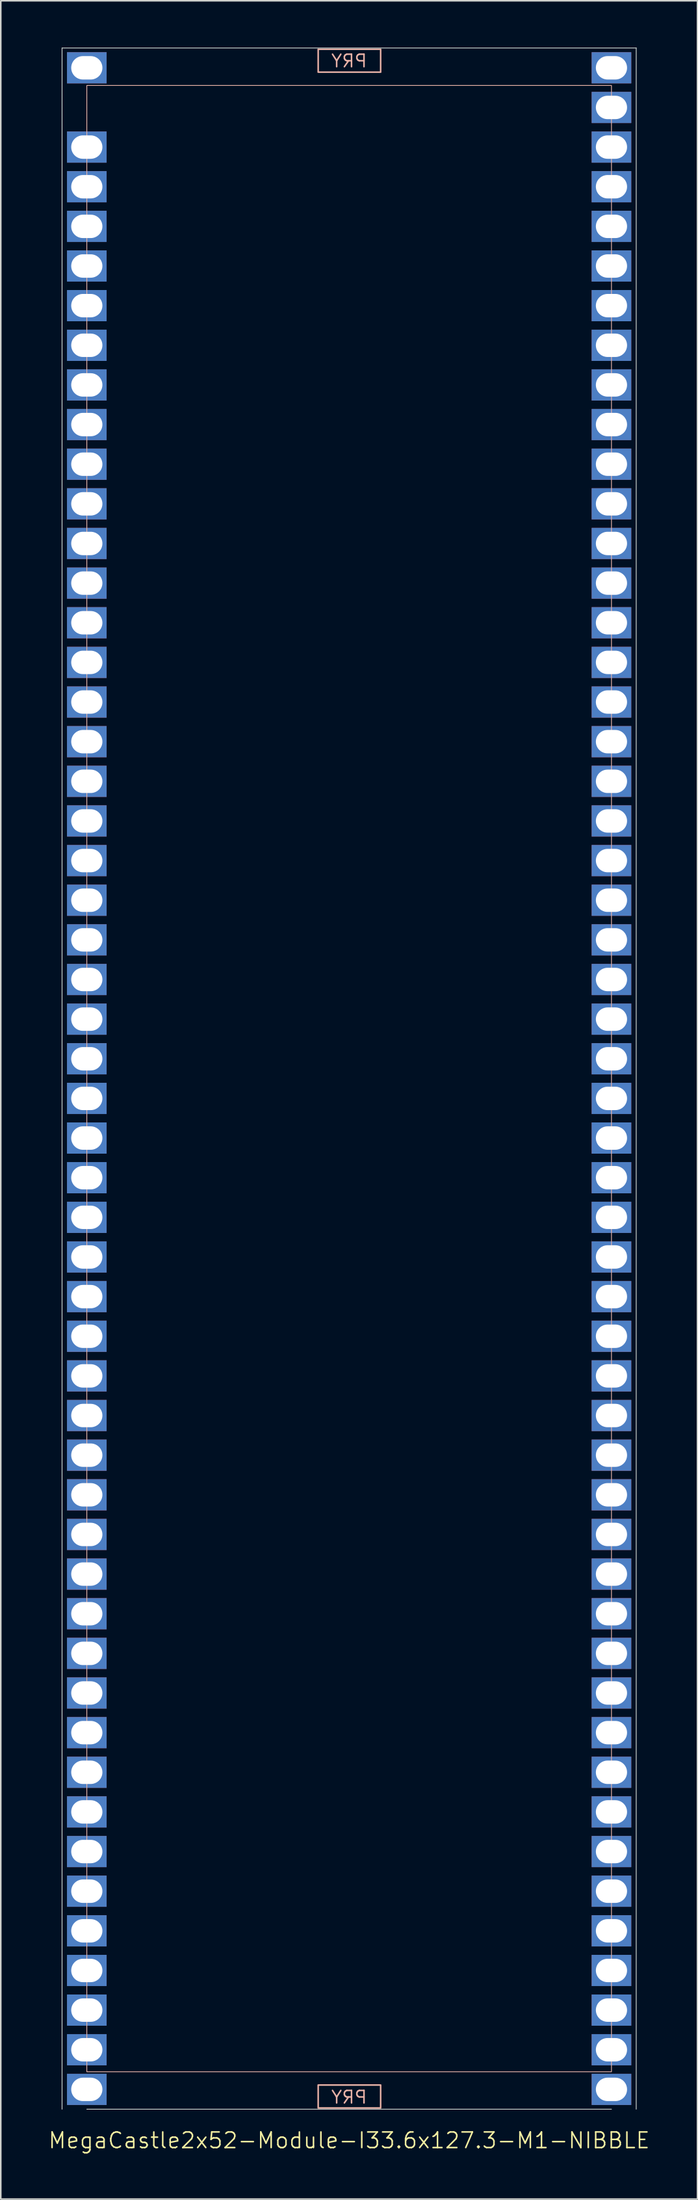
<source format=kicad_pcb>
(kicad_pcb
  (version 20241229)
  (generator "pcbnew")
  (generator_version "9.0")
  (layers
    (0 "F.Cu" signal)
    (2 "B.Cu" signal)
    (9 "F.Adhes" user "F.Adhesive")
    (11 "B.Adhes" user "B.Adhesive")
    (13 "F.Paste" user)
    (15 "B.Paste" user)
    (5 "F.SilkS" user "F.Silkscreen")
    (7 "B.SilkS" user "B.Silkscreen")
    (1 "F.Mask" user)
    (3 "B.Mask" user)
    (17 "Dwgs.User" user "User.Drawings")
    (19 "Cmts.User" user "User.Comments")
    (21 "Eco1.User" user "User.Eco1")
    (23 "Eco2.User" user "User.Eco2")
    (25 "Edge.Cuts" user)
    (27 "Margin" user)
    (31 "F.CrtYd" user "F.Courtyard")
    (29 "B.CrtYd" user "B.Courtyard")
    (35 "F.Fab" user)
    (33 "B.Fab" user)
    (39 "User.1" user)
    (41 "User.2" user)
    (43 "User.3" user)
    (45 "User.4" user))
  (footprint "MegaCastle2x52-Module-I33.6x127.3-M1-NIBBLE"
    (layer "F.Cu")
    (at 19.336 66.065)
    (property "Reference" "MegaCastle2x52-Module-I33.6x127.3-M1-NIBBLE" (at 0 68.04 0) (unlocked yes) (layer "F.SilkS") (effects (font (size 1 1) (thickness 0.1))))
    (attr smd)
    (fp_rect (start -16.82 63.64) (end 16.82 -63.64) (stroke (width 0.05) (type default)) (fill no) (layer "B.SilkS"))
    (fp_rect (start -1.984 -64.491) (end 2.02 -65.96) (stroke (width 0.1) (type default)) (fill no) (layer "B.SilkS"))
    (fp_rect (start -1.984 64.491) (end 2.02 65.96) (stroke (width 0.1) (type default)) (fill no) (layer "B.SilkS"))
    (fp_line (start -18.407 -66.04) (end -18.407 66.04) (stroke (width 0.05) (type default)) (layer "Edge.Cuts"))
    (fp_line (start -18.407 -66.04) (end 18.407 -66.04) (stroke (width 0.05) (type default)) (layer "Edge.Cuts"))
    (fp_line (start -16.82 66.04) (end 16.82 66.04) (stroke (width 0.05) (type default)) (layer "Edge.Cuts"))
    (fp_line (start 18.407 -66.04) (end 18.407 66.04) (stroke (width 0.05) (type default)) (layer "Edge.Cuts"))
    (fp_text user "PRY" (at 0 65.74 0) (unlocked yes) (layer "B.SilkS") (effects (font (size 0.8 0.8) (thickness 0.1)) (justify bottom mirror)))
    (fp_text user "PRY" (at 0 -64.74 0) (unlocked yes) (layer "B.SilkS") (effects (font (size 0.8 0.8) (thickness 0.1)) (justify bottom mirror)))
    (pad "1" thru_hole rect (at -16.82 -64.77) (size 2.54 2) (drill oval 2 1.5) (property pad_prop_castellated) (layers "*.Cu" "*.Mask"))
    (pad "3" thru_hole rect (at -16.82 -59.69) (size 2.54 2) (drill oval 2 1.5) (property pad_prop_castellated) (layers "*.Cu" "*.Mask"))
    (pad "4" thru_hole rect (at -16.82 -57.15) (size 2.54 2) (drill oval 2 1.5) (property pad_prop_castellated) (layers "*.Cu" "*.Mask"))
    (pad "5" thru_hole rect (at -16.82 -54.61) (size 2.54 2) (drill oval 2 1.5) (property pad_prop_castellated) (layers "*.Cu" "*.Mask"))
    (pad "6" thru_hole rect (at -16.82 -52.07) (size 2.54 2) (drill oval 2 1.5) (property pad_prop_castellated) (layers "*.Cu" "*.Mask"))
    (pad "7" thru_hole rect (at -16.82 -49.53) (size 2.54 2) (drill oval 2 1.5) (property pad_prop_castellated) (layers "*.Cu" "*.Mask"))
    (pad "8" thru_hole rect (at -16.82 -46.99) (size 2.54 2) (drill oval 2 1.5) (property pad_prop_castellated) (layers "*.Cu" "*.Mask"))
    (pad "9" thru_hole rect (at -16.82 -44.45) (size 2.54 2) (drill oval 2 1.5) (property pad_prop_castellated) (layers "*.Cu" "*.Mask"))
    (pad "10" thru_hole rect (at -16.82 -41.91) (size 2.54 2) (drill oval 2 1.5) (property pad_prop_castellated) (layers "*.Cu" "*.Mask"))
    (pad "11" thru_hole rect (at -16.82 -39.37) (size 2.54 2) (drill oval 2 1.5) (property pad_prop_castellated) (layers "*.Cu" "*.Mask"))
    (pad "12" thru_hole rect (at -16.82 -36.83) (size 2.54 2) (drill oval 2 1.5) (property pad_prop_castellated) (layers "*.Cu" "*.Mask"))
    (pad "13" thru_hole rect (at -16.82 -34.29) (size 2.54 2) (drill oval 2 1.5) (property pad_prop_castellated) (layers "*.Cu" "*.Mask"))
    (pad "14" thru_hole rect (at -16.82 -31.75) (size 2.54 2) (drill oval 2 1.5) (property pad_prop_castellated) (layers "*.Cu" "*.Mask"))
    (pad "15" thru_hole rect (at -16.82 -29.21) (size 2.54 2) (drill oval 2 1.5) (property pad_prop_castellated) (layers "*.Cu" "*.Mask"))
    (pad "16" thru_hole rect (at -16.82 -26.67) (size 2.54 2) (drill oval 2 1.5) (property pad_prop_castellated) (layers "*.Cu" "*.Mask"))
    (pad "17" thru_hole rect (at -16.82 -24.13) (size 2.54 2) (drill oval 2 1.5) (property pad_prop_castellated) (layers "*.Cu" "*.Mask"))
    (pad "18" thru_hole rect (at -16.82 -21.59) (size 2.54 2) (drill oval 2 1.5) (property pad_prop_castellated) (layers "*.Cu" "*.Mask"))
    (pad "19" thru_hole rect (at -16.82 -19.05) (size 2.54 2) (drill oval 2 1.5) (property pad_prop_castellated) (layers "*.Cu" "*.Mask"))
    (pad "20" thru_hole rect (at -16.82 -16.51) (size 2.54 2) (drill oval 2 1.5) (property pad_prop_castellated) (layers "*.Cu" "*.Mask"))
    (pad "21" thru_hole rect (at -16.82 -13.97) (size 2.54 2) (drill oval 2 1.5) (property pad_prop_castellated) (layers "*.Cu" "*.Mask"))
    (pad "22" thru_hole rect (at -16.82 -11.43) (size 2.54 2) (drill oval 2 1.5) (property pad_prop_castellated) (layers "*.Cu" "*.Mask"))
    (pad "23" thru_hole rect (at -16.82 -8.89) (size 2.54 2) (drill oval 2 1.5) (property pad_prop_castellated) (layers "*.Cu" "*.Mask"))
    (pad "24" thru_hole rect (at -16.82 -6.35) (size 2.54 2) (drill oval 2 1.5) (property pad_prop_castellated) (layers "*.Cu" "*.Mask"))
    (pad "25" thru_hole rect (at -16.82 -3.81) (size 2.54 2) (drill oval 2 1.5) (property pad_prop_castellated) (layers "*.Cu" "*.Mask"))
    (pad "26" thru_hole rect (at -16.82 -1.27) (size 2.54 2) (drill oval 2 1.5) (property pad_prop_castellated) (layers "*.Cu" "*.Mask"))
    (pad "27" thru_hole rect (at -16.82 1.27) (size 2.54 2) (drill oval 2 1.5) (property pad_prop_castellated) (layers "*.Cu" "*.Mask"))
    (pad "28" thru_hole rect (at -16.82 3.81) (size 2.54 2) (drill oval 2 1.5) (property pad_prop_castellated) (layers "*.Cu" "*.Mask"))
    (pad "29" thru_hole rect (at -16.82 6.35) (size 2.54 2) (drill oval 2 1.5) (property pad_prop_castellated) (layers "*.Cu" "*.Mask"))
    (pad "30" thru_hole rect (at -16.82 8.89) (size 2.54 2) (drill oval 2 1.5) (property pad_prop_castellated) (layers "*.Cu" "*.Mask"))
    (pad "31" thru_hole rect (at -16.82 11.43) (size 2.54 2) (drill oval 2 1.5) (property pad_prop_castellated) (layers "*.Cu" "*.Mask"))
    (pad "32" thru_hole rect (at -16.82 13.97) (size 2.54 2) (drill oval 2 1.5) (property pad_prop_castellated) (layers "*.Cu" "*.Mask"))
    (pad "33" thru_hole rect (at -16.82 16.51) (size 2.54 2) (drill oval 2 1.5) (property pad_prop_castellated) (layers "*.Cu" "*.Mask"))
    (pad "34" thru_hole rect (at -16.82 19.05) (size 2.54 2) (drill oval 2 1.5) (property pad_prop_castellated) (layers "*.Cu" "*.Mask"))
    (pad "35" thru_hole rect (at -16.82 21.59) (size 2.54 2) (drill oval 2 1.5) (property pad_prop_castellated) (layers "*.Cu" "*.Mask"))
    (pad "36" thru_hole rect (at -16.82 24.13) (size 2.54 2) (drill oval 2 1.5) (property pad_prop_castellated) (layers "*.Cu" "*.Mask"))
    (pad "37" thru_hole rect (at -16.82 26.67) (size 2.54 2) (drill oval 2 1.5) (property pad_prop_castellated) (layers "*.Cu" "*.Mask"))
    (pad "38" thru_hole rect (at -16.82 29.21) (size 2.54 2) (drill oval 2 1.5) (property pad_prop_castellated) (layers "*.Cu" "*.Mask"))
    (pad "39" thru_hole rect (at -16.82 31.75) (size 2.54 2) (drill oval 2 1.5) (property pad_prop_castellated) (layers "*.Cu" "*.Mask"))
    (pad "40" thru_hole rect (at -16.82 34.29) (size 2.54 2) (drill oval 2 1.5) (property pad_prop_castellated) (layers "*.Cu" "*.Mask"))
    (pad "41" thru_hole rect (at -16.82 36.83) (size 2.54 2) (drill oval 2 1.5) (property pad_prop_castellated) (layers "*.Cu" "*.Mask"))
    (pad "42" thru_hole rect (at -16.82 39.37) (size 2.54 2) (drill oval 2 1.5) (property pad_prop_castellated) (layers "*.Cu" "*.Mask"))
    (pad "43" thru_hole rect (at -16.82 41.91) (size 2.54 2) (drill oval 2 1.5) (property pad_prop_castellated) (layers "*.Cu" "*.Mask"))
    (pad "44" thru_hole rect (at -16.82 44.45) (size 2.54 2) (drill oval 2 1.5) (property pad_prop_castellated) (layers "*.Cu" "*.Mask"))
    (pad "45" thru_hole rect (at -16.82 46.99) (size 2.54 2) (drill oval 2 1.5) (property pad_prop_castellated) (layers "*.Cu" "*.Mask"))
    (pad "46" thru_hole rect (at -16.82 49.53) (size 2.54 2) (drill oval 2 1.5) (property pad_prop_castellated) (layers "*.Cu" "*.Mask"))
    (pad "47" thru_hole rect (at -16.82 52.07) (size 2.54 2) (drill oval 2 1.5) (property pad_prop_castellated) (layers "*.Cu" "*.Mask"))
    (pad "48" thru_hole rect (at -16.82 54.61) (size 2.54 2) (drill oval 2 1.5) (property pad_prop_castellated) (layers "*.Cu" "*.Mask"))
    (pad "49" thru_hole rect (at -16.82 57.15) (size 2.54 2) (drill oval 2 1.5) (property pad_prop_castellated) (layers "*.Cu" "*.Mask"))
    (pad "50" thru_hole rect (at -16.82 59.69) (size 2.54 2) (drill oval 2 1.5) (property pad_prop_castellated) (layers "*.Cu" "*.Mask"))
    (pad "51" thru_hole rect (at -16.82 62.23) (size 2.54 2) (drill oval 2 1.5) (property pad_prop_castellated) (layers "*.Cu" "*.Mask"))
    (pad "52" thru_hole rect (at -16.82 64.77) (size 2.54 2) (drill oval 2 1.5) (property pad_prop_castellated) (layers "*.Cu" "*.Mask"))
    (pad "53" thru_hole rect (at 16.82 -64.77) (size 2.54 2) (drill oval 2 1.5) (property pad_prop_castellated) (layers "*.Cu" "*.Mask"))
    (pad "54" thru_hole rect (at 16.82 -62.23) (size 2.54 2) (drill oval 2 1.5) (property pad_prop_castellated) (layers "*.Cu" "*.Mask"))
    (pad "55" thru_hole rect (at 16.82 -59.69) (size 2.54 2) (drill oval 2 1.5) (property pad_prop_castellated) (layers "*.Cu" "*.Mask"))
    (pad "56" thru_hole rect (at 16.82 -57.15) (size 2.54 2) (drill oval 2 1.5) (property pad_prop_castellated) (layers "*.Cu" "*.Mask"))
    (pad "57" thru_hole rect (at 16.82 -54.61) (size 2.54 2) (drill oval 2 1.5) (property pad_prop_castellated) (layers "*.Cu" "*.Mask"))
    (pad "58" thru_hole rect (at 16.82 -52.07) (size 2.54 2) (drill oval 2 1.5) (property pad_prop_castellated) (layers "*.Cu" "*.Mask"))
    (pad "59" thru_hole rect (at 16.82 -49.53) (size 2.54 2) (drill oval 2 1.5) (property pad_prop_castellated) (layers "*.Cu" "*.Mask"))
    (pad "60" thru_hole rect (at 16.82 -46.99) (size 2.54 2) (drill oval 2 1.5) (property pad_prop_castellated) (layers "*.Cu" "*.Mask"))
    (pad "61" thru_hole rect (at 16.82 -44.45) (size 2.54 2) (drill oval 2 1.5) (property pad_prop_castellated) (layers "*.Cu" "*.Mask"))
    (pad "62" thru_hole rect (at 16.82 -41.91) (size 2.54 2) (drill oval 2 1.5) (property pad_prop_castellated) (layers "*.Cu" "*.Mask"))
    (pad "63" thru_hole rect (at 16.82 -39.37) (size 2.54 2) (drill oval 2 1.5) (property pad_prop_castellated) (layers "*.Cu" "*.Mask"))
    (pad "64" thru_hole rect (at 16.82 -36.83) (size 2.54 2) (drill oval 2 1.5) (property pad_prop_castellated) (layers "*.Cu" "*.Mask"))
    (pad "65" thru_hole rect (at 16.82 -34.29) (size 2.54 2) (drill oval 2 1.5) (property pad_prop_castellated) (layers "*.Cu" "*.Mask"))
    (pad "66" thru_hole rect (at 16.82 -31.75) (size 2.54 2) (drill oval 2 1.5) (property pad_prop_castellated) (layers "*.Cu" "*.Mask"))
    (pad "67" thru_hole rect (at 16.82 -29.21) (size 2.54 2) (drill oval 2 1.5) (property pad_prop_castellated) (layers "*.Cu" "*.Mask"))
    (pad "68" thru_hole rect (at 16.82 -26.67) (size 2.54 2) (drill oval 2 1.5) (property pad_prop_castellated) (layers "*.Cu" "*.Mask"))
    (pad "69" thru_hole rect (at 16.82 -24.13) (size 2.54 2) (drill oval 2 1.5) (property pad_prop_castellated) (layers "*.Cu" "*.Mask"))
    (pad "70" thru_hole rect (at 16.82 -21.59) (size 2.54 2) (drill oval 2 1.5) (property pad_prop_castellated) (layers "*.Cu" "*.Mask"))
    (pad "71" thru_hole rect (at 16.82 -19.05) (size 2.54 2) (drill oval 2 1.5) (property pad_prop_castellated) (layers "*.Cu" "*.Mask"))
    (pad "72" thru_hole rect (at 16.82 -16.51) (size 2.54 2) (drill oval 2 1.5) (property pad_prop_castellated) (layers "*.Cu" "*.Mask"))
    (pad "73" thru_hole rect (at 16.82 -13.97) (size 2.54 2) (drill oval 2 1.5) (property pad_prop_castellated) (layers "*.Cu" "*.Mask"))
    (pad "74" thru_hole rect (at 16.82 -11.43) (size 2.54 2) (drill oval 2 1.5) (property pad_prop_castellated) (layers "*.Cu" "*.Mask"))
    (pad "75" thru_hole rect (at 16.82 -8.89) (size 2.54 2) (drill oval 2 1.5) (property pad_prop_castellated) (layers "*.Cu" "*.Mask"))
    (pad "76" thru_hole rect (at 16.82 -6.35) (size 2.54 2) (drill oval 2 1.5) (property pad_prop_castellated) (layers "*.Cu" "*.Mask"))
    (pad "77" thru_hole rect (at 16.82 -3.81) (size 2.54 2) (drill oval 2 1.5) (property pad_prop_castellated) (layers "*.Cu" "*.Mask"))
    (pad "78" thru_hole rect (at 16.82 -1.27) (size 2.54 2) (drill oval 2 1.5) (property pad_prop_castellated) (layers "*.Cu" "*.Mask"))
    (pad "79" thru_hole rect (at 16.82 1.27) (size 2.54 2) (drill oval 2 1.5) (property pad_prop_castellated) (layers "*.Cu" "*.Mask"))
    (pad "80" thru_hole rect (at 16.82 3.81) (size 2.54 2) (drill oval 2 1.5) (property pad_prop_castellated) (layers "*.Cu" "*.Mask"))
    (pad "81" thru_hole rect (at 16.82 6.35) (size 2.54 2) (drill oval 2 1.5) (property pad_prop_castellated) (layers "*.Cu" "*.Mask"))
    (pad "82" thru_hole rect (at 16.82 8.89) (size 2.54 2) (drill oval 2 1.5) (property pad_prop_castellated) (layers "*.Cu" "*.Mask"))
    (pad "83" thru_hole rect (at 16.82 11.43) (size 2.54 2) (drill oval 2 1.5) (property pad_prop_castellated) (layers "*.Cu" "*.Mask"))
    (pad "84" thru_hole rect (at 16.82 13.97) (size 2.54 2) (drill oval 2 1.5) (property pad_prop_castellated) (layers "*.Cu" "*.Mask"))
    (pad "85" thru_hole rect (at 16.82 16.51) (size 2.54 2) (drill oval 2 1.5) (property pad_prop_castellated) (layers "*.Cu" "*.Mask"))
    (pad "86" thru_hole rect (at 16.82 19.05) (size 2.54 2) (drill oval 2 1.5) (property pad_prop_castellated) (layers "*.Cu" "*.Mask"))
    (pad "87" thru_hole rect (at 16.82 21.59) (size 2.54 2) (drill oval 2 1.5) (property pad_prop_castellated) (layers "*.Cu" "*.Mask"))
    (pad "88" thru_hole rect (at 16.82 24.13) (size 2.54 2) (drill oval 2 1.5) (property pad_prop_castellated) (layers "*.Cu" "*.Mask"))
    (pad "89" thru_hole rect (at 16.82 26.67) (size 2.54 2) (drill oval 2 1.5) (property pad_prop_castellated) (layers "*.Cu" "*.Mask"))
    (pad "90" thru_hole rect (at 16.82 29.21) (size 2.54 2) (drill oval 2 1.5) (property pad_prop_castellated) (layers "*.Cu" "*.Mask"))
    (pad "91" thru_hole rect (at 16.82 31.75) (size 2.54 2) (drill oval 2 1.5) (property pad_prop_castellated) (layers "*.Cu" "*.Mask"))
    (pad "92" thru_hole rect (at 16.82 34.29) (size 2.54 2) (drill oval 2 1.5) (property pad_prop_castellated) (layers "*.Cu" "*.Mask"))
    (pad "93" thru_hole rect (at 16.82 36.83) (size 2.54 2) (drill oval 2 1.5) (property pad_prop_castellated) (layers "*.Cu" "*.Mask"))
    (pad "94" thru_hole rect (at 16.82 39.37) (size 2.54 2) (drill oval 2 1.5) (property pad_prop_castellated) (layers "*.Cu" "*.Mask"))
    (pad "95" thru_hole rect (at 16.82 41.91) (size 2.54 2) (drill oval 2 1.5) (property pad_prop_castellated) (layers "*.Cu" "*.Mask"))
    (pad "96" thru_hole rect (at 16.82 44.45) (size 2.54 2) (drill oval 2 1.5) (property pad_prop_castellated) (layers "*.Cu" "*.Mask"))
    (pad "97" thru_hole rect (at 16.82 46.99) (size 2.54 2) (drill oval 2 1.5) (property pad_prop_castellated) (layers "*.Cu" "*.Mask"))
    (pad "98" thru_hole rect (at 16.82 49.53) (size 2.54 2) (drill oval 2 1.5) (property pad_prop_castellated) (layers "*.Cu" "*.Mask"))
    (pad "99" thru_hole rect (at 16.82 52.07) (size 2.54 2) (drill oval 2 1.5) (property pad_prop_castellated) (layers "*.Cu" "*.Mask"))
    (pad "100" thru_hole rect (at 16.82 54.61) (size 2.54 2) (drill oval 2 1.5) (property pad_prop_castellated) (layers "*.Cu" "*.Mask"))
    (pad "101" thru_hole rect (at 16.82 57.15) (size 2.54 2) (drill oval 2 1.5) (property pad_prop_castellated) (layers "*.Cu" "*.Mask"))
    (pad "102" thru_hole rect (at 16.82 59.69) (size 2.54 2) (drill oval 2 1.5) (property pad_prop_castellated) (layers "*.Cu" "*.Mask"))
    (pad "103" thru_hole rect (at 16.82 62.23) (size 2.54 2) (drill oval 2 1.5) (property pad_prop_castellated) (layers "*.Cu" "*.Mask"))
    (pad "104" thru_hole rect (at 16.82 64.77) (size 2.54 2) (drill oval 2 1.5) (property pad_prop_castellated) (layers "*.Cu" "*.Mask"))
    (zone (net_name "") (layer "B.Cu") (hatch edge 0.5) (connect_pads) (min_thickness 0.25) (filled_areas_thickness no) (keepout (tracks allowed) (vias allowed) (pads allowed) (copperpour allowed) (footprints not_allowed)) (placement (enabled no)) (fill) (polygon (pts (xy 2.516 132.105) (xy 2.516 0.025))))
    (zone (net_name "") (layer "B.Cu") (hatch edge 0.5) (connect_pads) (min_thickness 0.25) (filled_areas_thickness no) (keepout (tracks allowed) (vias allowed) (pads allowed) (copperpour allowed) (footprints not_allowed)) (placement (enabled no)) (fill) (polygon (pts (xy 36.156 132.105) (xy 36.156 0.025))))
    (zone (net_name "") (layer "B.Cu") (hatch edge 0.5) (connect_pads) (min_thickness 0.25) (filled_areas_thickness no) (keepout (tracks allowed) (vias allowed) (pads allowed) (copperpour allowed) (footprints not_allowed)) (placement (enabled no)) (fill) (polygon (pts (xy 2.516 0.025) (xy 2.516 2.425) (xy 36.156 2.425) (xy 36.156 0.025))))
    (zone (net_name "") (layer "B.Cu") (hatch edge 0.5) (connect_pads) (min_thickness 0.25) (filled_areas_thickness no) (keepout (tracks allowed) (vias allowed) (pads allowed) (copperpour allowed) (footprints not_allowed)) (placement (enabled no)) (fill) (polygon (pts (xy 2.516 132.105) (xy 2.516 129.705) (xy 36.156 129.705) (xy 36.156 132.105))))
    (zone (net_name "") (layer "B.Cu") (name "Upper Pry Zone") (hatch edge 0.5) (connect_pads) (min_thickness 0.25) (filled_areas_thickness no) (keepout (tracks not_allowed) (vias not_allowed) (pads not_allowed) (copperpour allowed) (footprints not_allowed)) (placement (enabled no)) (fill) (polygon (pts (xy 17.351 1.574) (xy 17.351 0.105) (xy 21.355 0.105) (xy 21.355 1.574))))
    (zone (net_name "") (layer "B.Cu") (name "Upper Pry Zone") (hatch edge 0.5) (connect_pads) (min_thickness 0.25) (filled_areas_thickness no) (keepout (tracks not_allowed) (vias not_allowed) (pads not_allowed) (copperpour allowed) (footprints not_allowed)) (placement (enabled no)) (fill) (polygon (pts (xy 17.351 130.556) (xy 17.351 132.025) (xy 21.355 132.025) (xy 21.355 130.556)))))
  (gr_rect
    (start -3 -3)
    (end 41.671 137.866)
    (stroke (width 0.1) (type default))
    (fill no)
    (layer "Edge.Cuts")))
</source>
